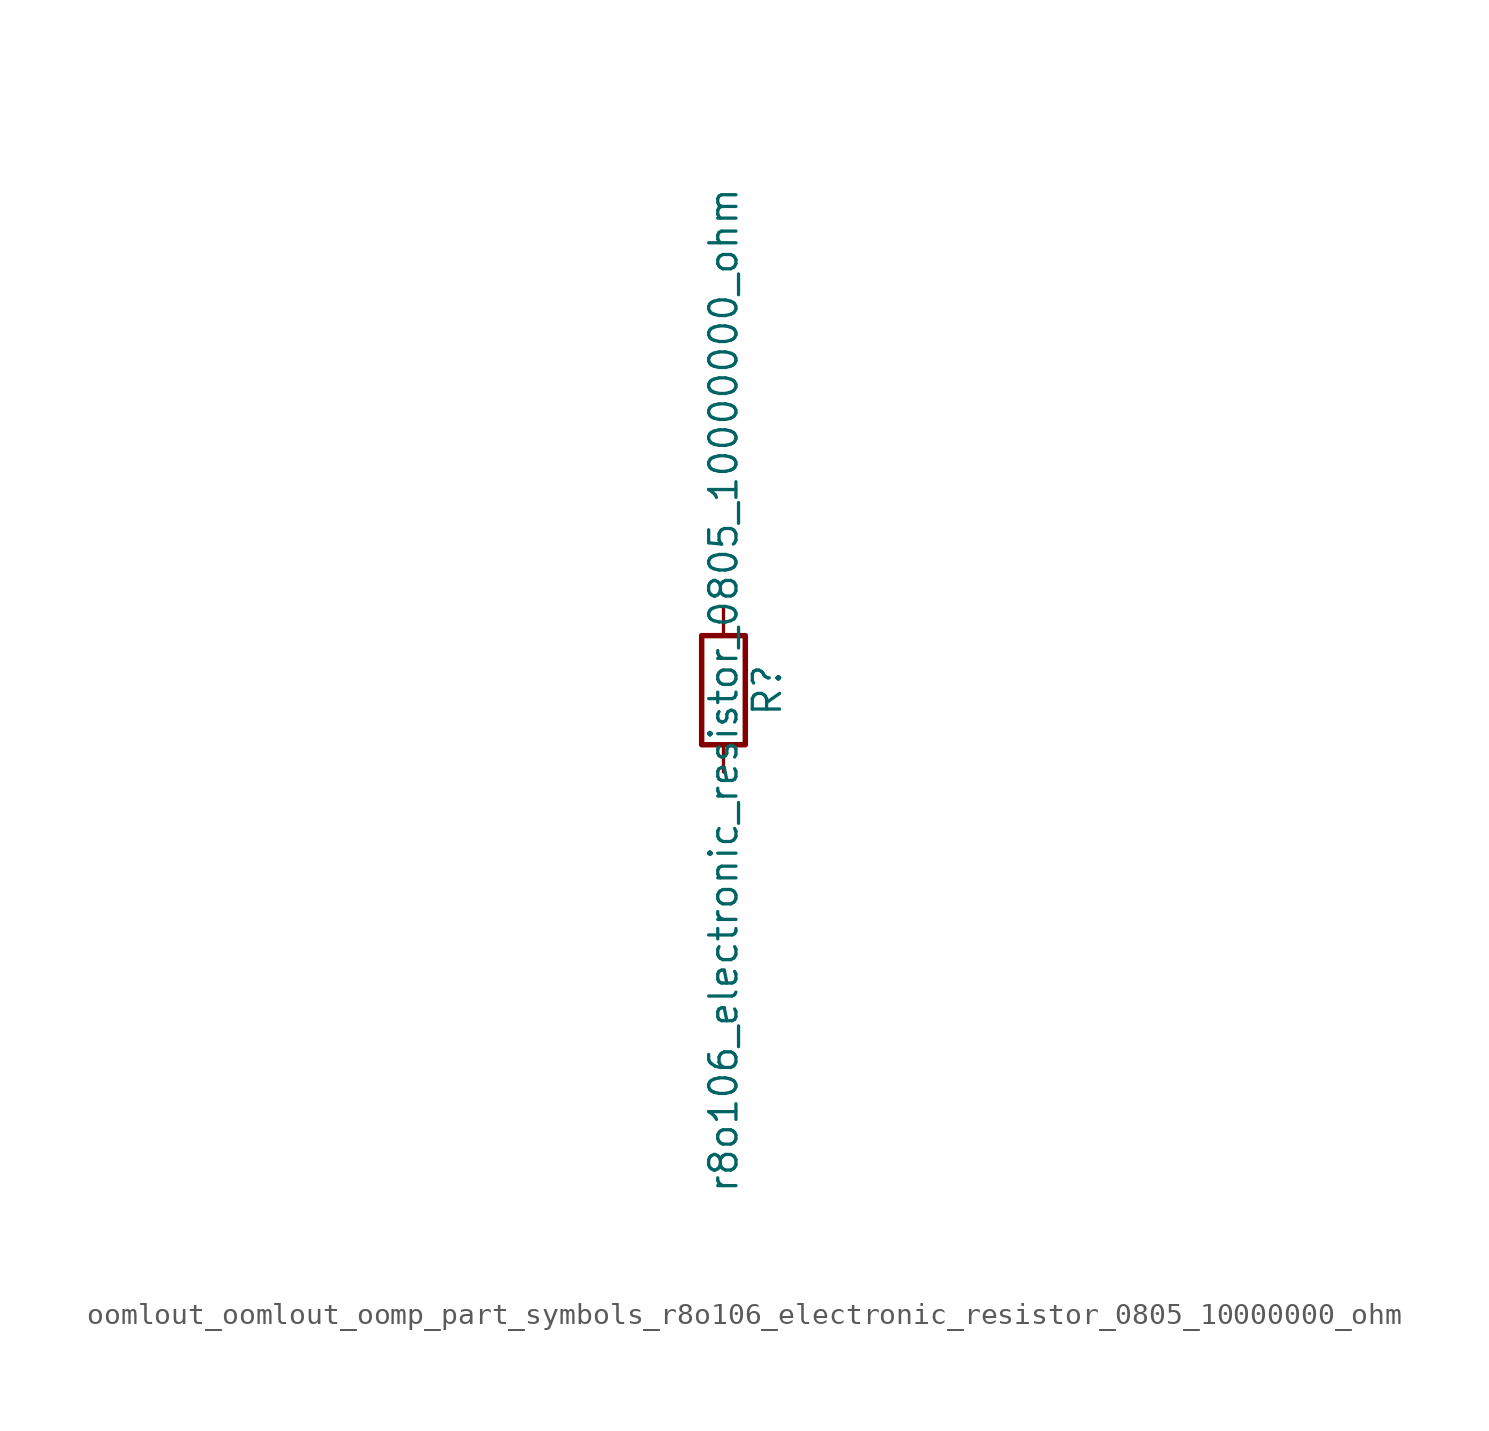
<source format=kicad_sym>
(kicad_symbol_lib
  (version 20220914)
  (generator kicad_symbol_editor)
  (symbol "oomlout_oomlout_oomp_part_symbols_r8o106_electronic_resistor_0805_10000000_ohm"
    (pin_numbers hide)
    (pin_names
      (offset 0))
    (property "Reference" "R"
      (at 2.032 0 90)
      (effects (font (size 1.27 1.27))))
    (property "Value" "r8o106_electronic_resistor_0805_10000000_ohm"
      (at 0 0 90)
      (effects (font (size 1.27 1.27))))
    (symbol "oomlout_oomlout_oomp_part_symbols_r8o106_electronic_resistor_0805_10000000_ohm_0_1"
      (rectangle (start -1.016 -2.54) (end 1.016 2.54) (stroke (width 0.254) (type default)) (fill (type none))))
    (symbol "oomlout_oomlout_oomp_part_symbols_r8o106_electronic_resistor_0805_10000000_ohm_1_1"
      (pin passive line (at 0 3.81 270) (length 1.27) (name "~" (effects (font (size 1.27 1.27)))) (number "1" (effects (font (size 1.27 1.27)))))
      (pin passive line (at 0 -3.81 90) (length 1.27) (name "~" (effects (font (size 1.27 1.27)))) (number "2" (effects (font (size 1.27 1.27))))))))
</source>
